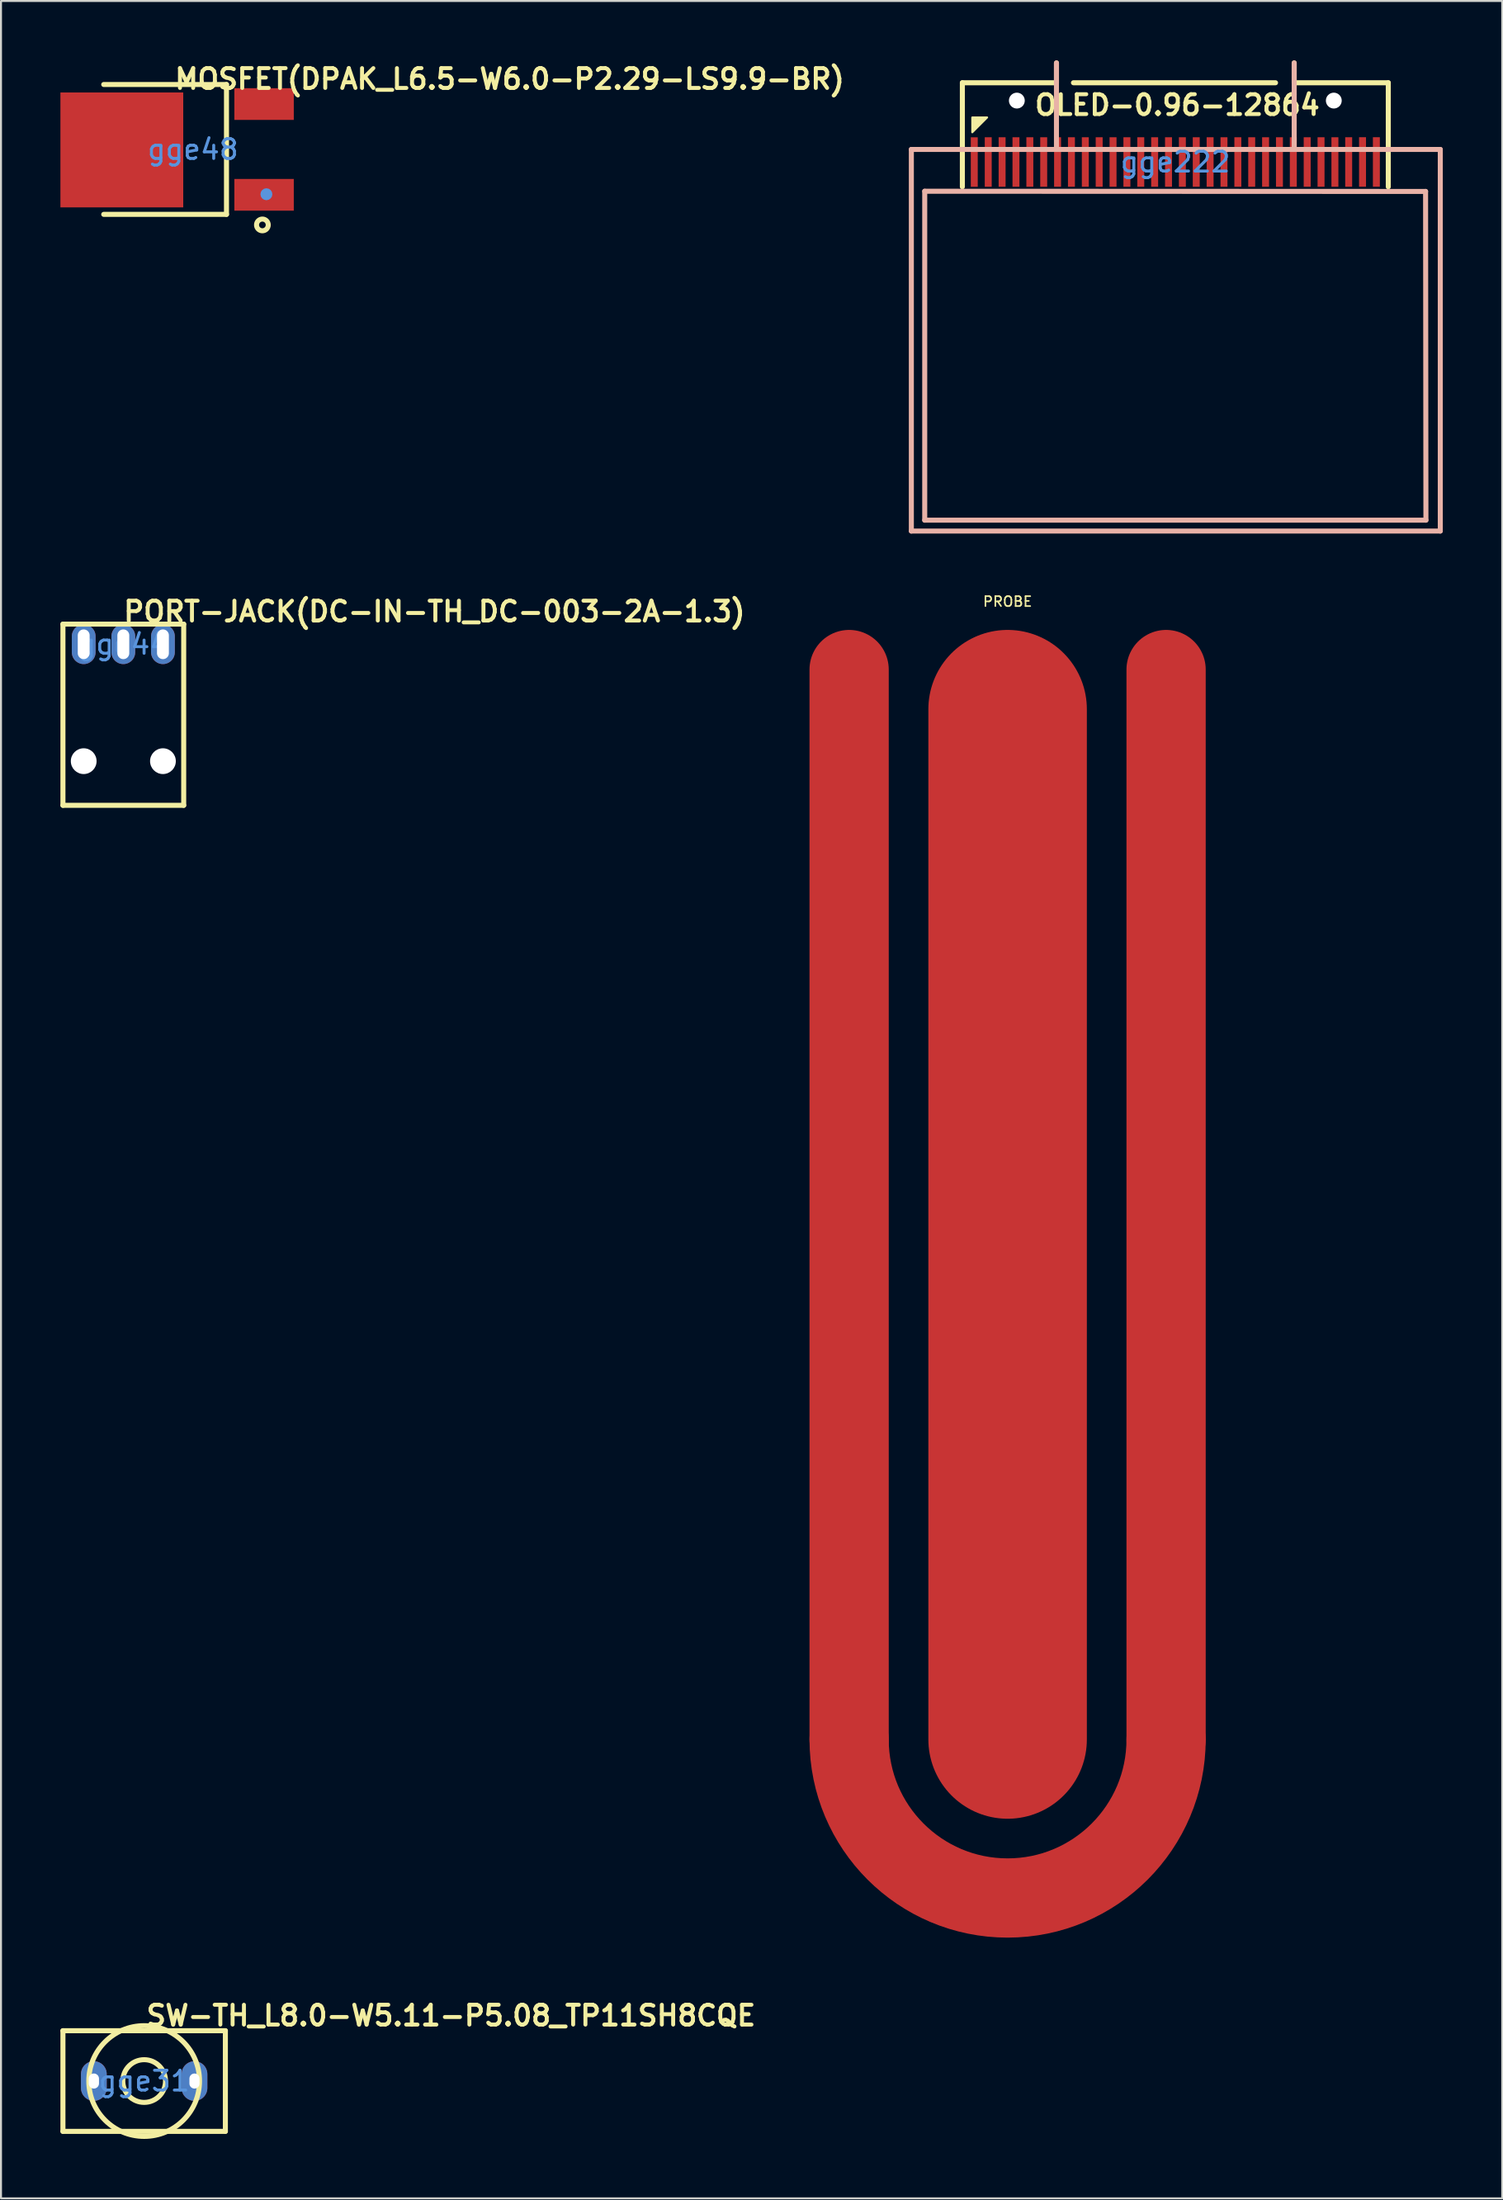
<source format=kicad_pcb>
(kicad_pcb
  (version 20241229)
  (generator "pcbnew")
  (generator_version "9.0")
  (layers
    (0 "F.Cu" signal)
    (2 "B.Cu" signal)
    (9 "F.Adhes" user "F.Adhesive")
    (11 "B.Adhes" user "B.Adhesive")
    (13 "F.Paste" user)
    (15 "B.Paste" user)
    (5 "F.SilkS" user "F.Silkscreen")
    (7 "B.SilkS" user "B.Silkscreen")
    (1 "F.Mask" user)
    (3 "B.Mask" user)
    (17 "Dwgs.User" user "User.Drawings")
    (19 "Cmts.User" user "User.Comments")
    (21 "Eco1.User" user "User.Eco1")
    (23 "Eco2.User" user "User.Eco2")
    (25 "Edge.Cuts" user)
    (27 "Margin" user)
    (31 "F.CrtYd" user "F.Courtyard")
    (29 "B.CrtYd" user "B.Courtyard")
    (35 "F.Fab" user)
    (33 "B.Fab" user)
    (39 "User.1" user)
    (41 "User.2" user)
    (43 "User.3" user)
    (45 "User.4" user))
  (footprint "MOSFET(DPAK_L6.5-W6.0-P2.29-LS9.9-BR)"
    (layer "F.Cu")
    (at 6.69 4.492)
    (property "Reference" "MOSFET(DPAK_L6.5-W6.0-P2.29-LS9.9-BR)" (at -1.025 -3.556 0) (layer "F.SilkS") (effects (font (size 1 1) (thickness 0.2)) (justify left)))
    (attr smd)
    (fp_line (start -4.504 -3.277) (end 1.693 -3.277) (stroke (width 0.254) (type solid)) (layer "F.SilkS"))
    (fp_line (start 1.693 -3.277) (end 1.693 3.277) (stroke (width 0.254) (type solid)) (layer "F.SilkS"))
    (fp_line (start 1.693 3.277) (end -4.504 3.277) (stroke (width 0.254) (type solid)) (layer "F.SilkS"))
    (fp_circle (center 3.505 3.81) (end 3.801 3.81) (stroke (width 0.254) (type solid)) (fill no) (layer "F.SilkS"))
    (fp_circle (center 3.708 2.261) (end 3.859 2.261) (stroke (width 0.3) (type solid)) (fill no) (layer "Cmts.User"))
    (fp_text user "gge48" (at 0 0 0) (layer "Cmts.User") (effects (font (size 1 1) (thickness 0.15))))
    (pad "1" smd rect (at 3.59 2.29 90) (size 1.6 3) (layers "F.Cu" "F.Mask" "F.Paste"))
    (pad "3" smd rect (at 3.59 -2.29 90) (size 1.6 3) (layers "F.Cu" "F.Mask" "F.Paste"))
    (pad "4" smd rect (at -3.59 0.025 90) (size 5.8 6.2) (layers "F.Cu" "F.Mask" "F.Paste")))
  (footprint "PORT-JACK(DC-IN-TH_DC-003-2A-1.3)"
    (layer "F.Cu")
    (at 3.175 29.466)
    (property "Reference" "PORT-JACK(DC-IN-TH_DC-003-2A-1.3)" (at -0.095 -1.651 0) (layer "F.SilkS") (effects (font (size 1 1) (thickness 0.2)) (justify left)))
    (attr through_hole)
    (fp_line (start -3.048 -1.016) (end 3.048 -1.016) (stroke (width 0.254) (type solid)) (layer "F.SilkS"))
    (fp_line (start -3.048 8.128) (end -3.048 -1.016) (stroke (width 0.254) (type solid)) (layer "F.SilkS"))
    (fp_line (start 3.048 -1.016) (end 3.048 8.128) (stroke (width 0.254) (type solid)) (layer "F.SilkS"))
    (fp_line (start 3.048 8.128) (end -3.048 8.128) (stroke (width 0.254) (type solid)) (layer "F.SilkS"))
    (fp_text user "gge44" (at 0 0 0) (layer "Cmts.User") (effects (font (size 1 1) (thickness 0.15))))
    (pad "" np_thru_hole circle (at -2 5.9) (size 1.3 1.3) (drill 1.3) (layers "*.Cu" "*.Mask"))
    (pad "" np_thru_hole circle (at 2 5.9) (size 1.3 1.3) (drill 1.3) (layers "*.Cu" "*.Mask"))
    (pad "1" thru_hole oval (at 2 0) (size 1.2 2) (drill oval 0.6 1.5) (layers "*.Cu" "*.Paste" "*.Mask"))
    (pad "2" thru_hole oval (at 0 0) (size 1.2 2) (drill oval 0.6 1.5) (layers "*.Cu" "*.Paste" "*.Mask"))
    (pad "3" thru_hole oval (at -2 0) (size 1.2 2) (drill oval 0.6 1.5) (layers "*.Cu" "*.Paste" "*.Mask")))
  (footprint "PROBE"
    (layer "F.Cu")
    (at 47.813 28.742)
    (property "Reference" "PROBE" (at 0 -1.43 0) (layer "F.SilkS") (effects (font (size 0.5 0.5) (thickness 0.08))))
    (attr smd)
    (fp_arc (start 8 56) (mid 0 64) (end -8 56) (stroke (width 4) (type solid)) (layer "F.Cu"))
    (pad "1" smd oval (at 0 30) (size 8 60) (layers "F.Cu"))
    (pad "2" smd oval (at -8 29) (size 4 58) (layers "F.Cu"))
    (pad "2" smd oval (at 8 29) (size 4 58) (layers "F.Cu")))
  (footprint "SW-TH_L8.0-W5.11-P5.08_TP11SH8CQE"
    (layer "F.Cu")
    (at 4.227 101.98)
    (property "Reference" "SW-TH_L8.0-W5.11-P5.08_TP11SH8CQE" (at 0 -3.302 0) (layer "F.SilkS") (effects (font (size 1 1) (thickness 0.2)) (justify left)))
    (attr through_hole)
    (fp_line (start -4.1 -2.54) (end 4.1 -2.54) (stroke (width 0.254) (type solid)) (layer "F.SilkS"))
    (fp_line (start -4.1 2.54) (end -4.1 -2.54) (stroke (width 0.254) (type solid)) (layer "F.SilkS"))
    (fp_line (start 4.1 -2.54) (end 4.1 2.54) (stroke (width 0.254) (type solid)) (layer "F.SilkS"))
    (fp_line (start 4.1 2.54) (end -4.1 2.54) (stroke (width 0.254) (type solid)) (layer "F.SilkS"))
    (fp_circle (center 0 0) (end 1.078 0) (stroke (width 0.254) (type solid)) (fill no) (layer "F.SilkS"))
    (fp_circle (center 0 0) (end 2.794 0) (stroke (width 0.254) (type solid)) (fill no) (layer "F.SilkS"))
    (fp_text user "gge31" (at 0 0 0) (layer "Cmts.User") (effects (font (size 1 1) (thickness 0.15))))
    (pad "1" thru_hole oval (at -2.54 0 90) (size 2 1.3) (drill oval 0.76 0.52) (layers "*.Cu" "*.Paste" "*.Mask"))
    (pad "2" thru_hole oval (at 2.54 0 90) (size 2 1.3) (drill oval 0.76 0.51) (layers "*.Cu" "*.Paste" "*.Mask")))
  (footprint "OLED-0.96-12864"
    (layer "F.Cu")
    (at 56.279 5.127)
    (property "Reference" "OLED-0.96-12864" (at 0.1 -2.875 0) (layer "F.SilkS") (effects (font (size 1 1) (thickness 0.2))))
    (attr smd)
    (fp_line (start -10.75 -4) (end -6 -4) (stroke (width 0.254) (type solid)) (layer "F.SilkS"))
    (fp_line (start -10.75 1.25) (end -10.75 -4) (stroke (width 0.254) (type solid)) (layer "F.SilkS"))
    (fp_line (start -6 -4) (end -6 -5) (stroke (width 0.254) (type solid)) (layer "F.SilkS"))
    (fp_line (start -5.142 -4) (end 5.058 -4) (stroke (width 0.254) (type solid)) (layer "F.SilkS"))
    (fp_line (start 6 -4) (end 6 -5) (stroke (width 0.254) (type solid)) (layer "F.SilkS"))
    (fp_line (start 10.75 -4) (end 6 -4) (stroke (width 0.254) (type solid)) (layer "F.SilkS"))
    (fp_line (start 10.75 1.25) (end 10.75 -4) (stroke (width 0.254) (type solid)) (layer "F.SilkS"))
    (fp_poly (pts (xy -10.25 -1.5) (xy -10.25 -2.25) (xy -9.5 -2.25)) (stroke (width 0.1) (type solid)) (fill yes) (layer "F.SilkS"))
    (fp_line (start -13.325 -0.635) (end -13.325 18.625) (stroke (width 0.254) (type solid)) (layer "B.SilkS"))
    (fp_line (start -13.325 18.625) (end 13.375 18.625) (stroke (width 0.254) (type solid)) (layer "B.SilkS"))
    (fp_line (start -12.65 1.475) (end -12.65 18.075) (stroke (width 0.254) (type solid)) (layer "B.SilkS"))
    (fp_line (start -12.65 18.075) (end 12.65 18.075) (stroke (width 0.254) (type solid)) (layer "B.SilkS"))
    (fp_line (start -6 -0.65) (end -6 -5) (stroke (width 0.254) (type solid)) (layer "B.SilkS"))
    (fp_line (start 6 -0.65) (end 6 -5) (stroke (width 0.254) (type solid)) (layer "B.SilkS"))
    (fp_line (start 12.633 1.485) (end -12.65 1.475) (stroke (width 0.254) (type solid)) (layer "B.SilkS"))
    (fp_line (start 12.65 18.075) (end 12.633 1.485) (stroke (width 0.254) (type solid)) (layer "B.SilkS"))
    (fp_line (start 13.375 -0.635) (end -13.325 -0.635) (stroke (width 0.254) (type solid)) (layer "B.SilkS"))
    (fp_line (start 13.375 18.625) (end 13.375 -0.635) (stroke (width 0.254) (type solid)) (layer "B.SilkS"))
    (fp_text user "gge222" (at 0 0 0) (layer "Cmts.User") (effects (font (size 1 1) (thickness 0.15))))
    (pad "" np_thru_hole circle (at -8 -3.1) (size 0.8 0.8) (drill 0.8) (layers "*.Cu" "*.Mask"))
    (pad "" np_thru_hole circle (at 8 -3.1) (size 0.8 0.8) (drill 0.8) (layers "*.Cu" "*.Mask"))
    (pad "1" smd rect (at -10.149 0.002 270) (size 2.499 0.351) (layers "F.Cu" "F.Mask" "F.Paste"))
    (pad "2" smd rect (at -9.444 0 270) (size 2.499 0.351) (layers "F.Cu" "F.Mask" "F.Paste"))
    (pad "3" smd rect (at -8.744 0 270) (size 2.499 0.351) (layers "F.Cu" "F.Mask" "F.Paste"))
    (pad "4" smd rect (at -8.044 0 270) (size 2.499 0.351) (layers "F.Cu" "F.Mask" "F.Paste"))
    (pad "5" smd rect (at -7.344 0 270) (size 2.499 0.351) (layers "F.Cu" "F.Mask" "F.Paste"))
    (pad "6" smd rect (at -6.644 0 270) (size 2.499 0.351) (layers "F.Cu" "F.Mask" "F.Paste"))
    (pad "7" smd rect (at -5.944 0 270) (size 2.499 0.351) (layers "F.Cu" "F.Mask" "F.Paste"))
    (pad "8" smd rect (at -5.244 0 270) (size 2.499 0.351) (layers "F.Cu" "F.Mask" "F.Paste"))
    (pad "9" smd rect (at -4.544 0 270) (size 2.499 0.351) (layers "F.Cu" "F.Mask" "F.Paste"))
    (pad "10" smd rect (at -3.844 0 270) (size 2.499 0.351) (layers "F.Cu" "F.Mask" "F.Paste"))
    (pad "11" smd rect (at -3.144 0 270) (size 2.499 0.351) (layers "F.Cu" "F.Mask" "F.Paste"))
    (pad "12" smd rect (at -2.444 0 270) (size 2.499 0.351) (layers "F.Cu" "F.Mask" "F.Paste"))
    (pad "13" smd rect (at -1.744 0 270) (size 2.499 0.351) (layers "F.Cu" "F.Mask" "F.Paste"))
    (pad "14" smd rect (at -1.044 0 270) (size 2.499 0.351) (layers "F.Cu" "F.Mask" "F.Paste"))
    (pad "15" smd rect (at -0.344 0 270) (size 2.499 0.351) (layers "F.Cu" "F.Mask" "F.Paste"))
    (pad "16" smd rect (at 0.356 0 270) (size 2.499 0.351) (layers "F.Cu" "F.Mask" "F.Paste"))
    (pad "17" smd rect (at 1.056 0 270) (size 2.499 0.351) (layers "F.Cu" "F.Mask" "F.Paste"))
    (pad "18" smd rect (at 1.756 0 270) (size 2.499 0.351) (layers "F.Cu" "F.Mask" "F.Paste"))
    (pad "19" smd rect (at 2.456 0 270) (size 2.499 0.351) (layers "F.Cu" "F.Mask" "F.Paste"))
    (pad "20" smd rect (at 3.156 0 270) (size 2.499 0.351) (layers "F.Cu" "F.Mask" "F.Paste"))
    (pad "21" smd rect (at 3.856 0 270) (size 2.499 0.351) (layers "F.Cu" "F.Mask" "F.Paste"))
    (pad "22" smd rect (at 4.556 0 270) (size 2.499 0.351) (layers "F.Cu" "F.Mask" "F.Paste"))
    (pad "23" smd rect (at 5.256 0 270) (size 2.499 0.351) (layers "F.Cu" "F.Mask" "F.Paste"))
    (pad "24" smd rect (at 5.956 0 270) (size 2.499 0.351) (layers "F.Cu" "F.Mask" "F.Paste"))
    (pad "25" smd rect (at 6.656 0 270) (size 2.499 0.351) (layers "F.Cu" "F.Mask" "F.Paste"))
    (pad "26" smd rect (at 7.356 0 270) (size 2.499 0.351) (layers "F.Cu" "F.Mask" "F.Paste"))
    (pad "27" smd rect (at 8.056 0 270) (size 2.499 0.351) (layers "F.Cu" "F.Mask" "F.Paste"))
    (pad "28" smd rect (at 8.751 -0.001 270) (size 2.499 0.351) (layers "F.Cu" "F.Mask" "F.Paste"))
    (pad "29" smd rect (at 9.45 -0.002 270) (size 2.499 0.351) (layers "F.Cu" "F.Mask" "F.Paste"))
    (pad "30" smd rect (at 10.149 -0.002 270) (size 2.499 0.351) (layers "F.Cu" "F.Mask" "F.Paste")))
  (gr_rect
    (start -3 -3)
    (end 72.781 107.901)
    (stroke (width 0.1) (type default))
    (fill no)
    (layer "Edge.Cuts")))
</source>
